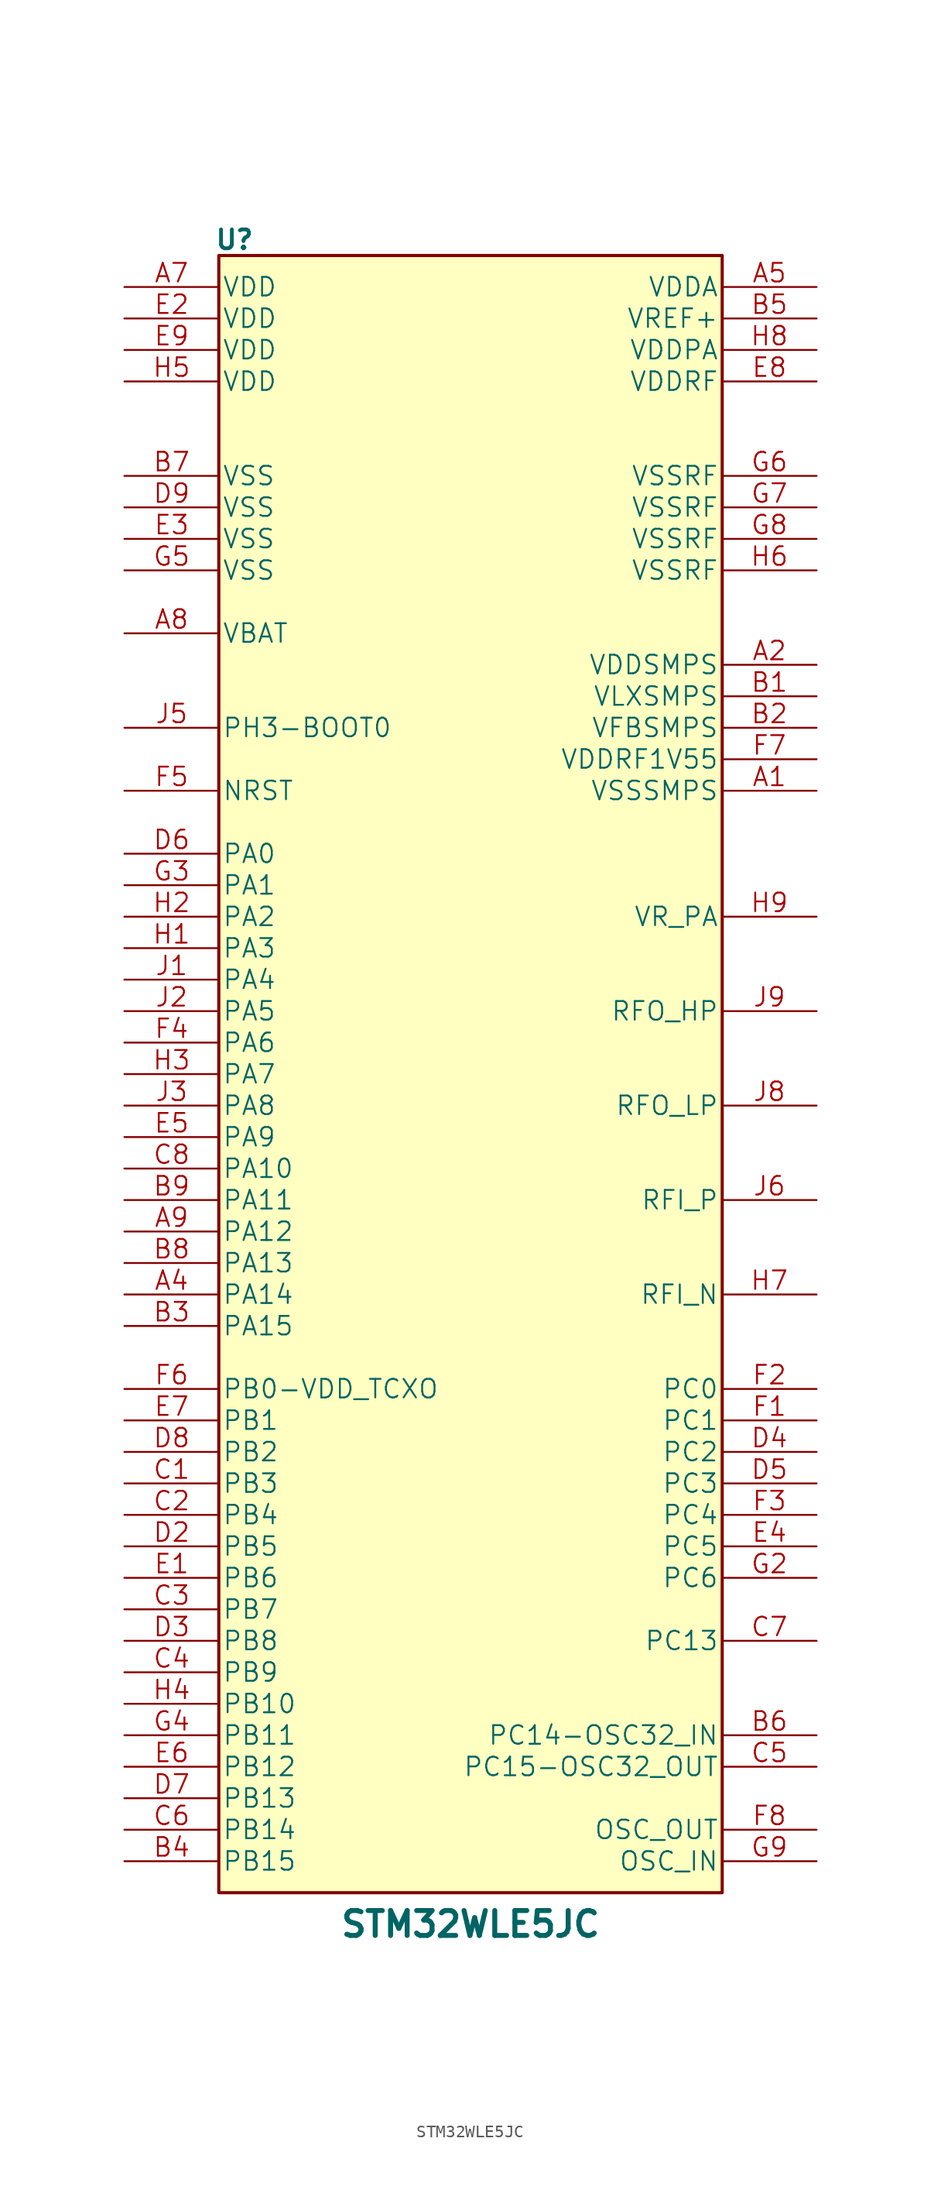
<source format=kicad_sym>
(kicad_symbol_lib
  (version 20211014)
  (generator kicad_symbol_editor)
  (symbol "STM32WLE5JC"
    (pin_names
      (offset 0.254))
    (property "Reference" "U"
      (at 1.27 1.27 0)
      (effects (font (size 1.524 1.524) bold)))
    (property "Value" "STM32WLE5JC"
      (at 20.32 -134.62 0)
      (effects (font (size 2.007 2.007) bold)))
    (symbol "STM32WLE5JC_1_0"
      (rectangle (start 0 0) (end 40.64 -132.08) (stroke (width 0.254) (type default) (color 0 0 0 0)) (fill (type background)))
      (pin bidirectional line (at -7.62 -83.82 0) (length 7.62) (name "PA14" (effects (font (size 1.499 1.499)))) (number "A4" (effects (font (size 1.499 1.499)))))
      (pin bidirectional line (at -7.62 -78.74 0) (length 7.62) (name "PA12" (effects (font (size 1.499 1.499)))) (number "A9" (effects (font (size 1.499 1.499)))))
      (pin bidirectional line (at -7.62 -86.36 0) (length 7.62) (name "PA15" (effects (font (size 1.499 1.499)))) (number "B3" (effects (font (size 1.499 1.499)))))
      (pin bidirectional line (at -7.62 -129.54 0) (length 7.62) (name "PB15" (effects (font (size 1.499 1.499)))) (number "B4" (effects (font (size 1.499 1.499)))))
      (pin bidirectional line (at 48.26 -119.38 180) (length 7.62) (name "PC14-OSC32_IN" (effects (font (size 1.499 1.499)))) (number "B6" (effects (font (size 1.499 1.499)))))
      (pin bidirectional line (at -7.62 -81.28 0) (length 7.62) (name "PA13" (effects (font (size 1.499 1.499)))) (number "B8" (effects (font (size 1.499 1.499)))))
      (pin bidirectional line (at -7.62 -76.2 0) (length 7.62) (name "PA11" (effects (font (size 1.499 1.499)))) (number "B9" (effects (font (size 1.499 1.499)))))
      (pin bidirectional line (at -7.62 -99.06 0) (length 7.62) (name "PB3" (effects (font (size 1.499 1.499)))) (number "C1" (effects (font (size 1.499 1.499)))))
      (pin bidirectional line (at -7.62 -101.6 0) (length 7.62) (name "PB4" (effects (font (size 1.499 1.499)))) (number "C2" (effects (font (size 1.499 1.499)))))
      (pin bidirectional line (at -7.62 -109.22 0) (length 7.62) (name "PB7" (effects (font (size 1.499 1.499)))) (number "C3" (effects (font (size 1.499 1.499)))))
      (pin bidirectional line (at -7.62 -114.3 0) (length 7.62) (name "PB9" (effects (font (size 1.499 1.499)))) (number "C4" (effects (font (size 1.499 1.499)))))
      (pin bidirectional line (at 48.26 -121.92 180) (length 7.62) (name "PC15-OSC32_OUT" (effects (font (size 1.499 1.499)))) (number "C5" (effects (font (size 1.499 1.499)))))
      (pin bidirectional line (at -7.62 -127 0) (length 7.62) (name "PB14" (effects (font (size 1.499 1.499)))) (number "C6" (effects (font (size 1.499 1.499)))))
      (pin bidirectional line (at 48.26 -111.76 180) (length 7.62) (name "PC13" (effects (font (size 1.499 1.499)))) (number "C7" (effects (font (size 1.499 1.499)))))
      (pin bidirectional line (at -7.62 -73.66 0) (length 7.62) (name "PA10" (effects (font (size 1.499 1.499)))) (number "C8" (effects (font (size 1.499 1.499)))))
      (pin bidirectional line (at -7.62 -104.14 0) (length 7.62) (name "PB5" (effects (font (size 1.499 1.499)))) (number "D2" (effects (font (size 1.499 1.499)))))
      (pin bidirectional line (at -7.62 -111.76 0) (length 7.62) (name "PB8" (effects (font (size 1.499 1.499)))) (number "D3" (effects (font (size 1.499 1.499)))))
      (pin bidirectional line (at 48.26 -96.52 180) (length 7.62) (name "PC2" (effects (font (size 1.499 1.499)))) (number "D4" (effects (font (size 1.499 1.499)))))
      (pin bidirectional line (at 48.26 -99.06 180) (length 7.62) (name "PC3" (effects (font (size 1.499 1.499)))) (number "D5" (effects (font (size 1.499 1.499)))))
      (pin bidirectional line (at -7.62 -48.26 0) (length 7.62) (name "PA0" (effects (font (size 1.499 1.499)))) (number "D6" (effects (font (size 1.499 1.499)))))
      (pin bidirectional line (at -7.62 -124.46 0) (length 7.62) (name "PB13" (effects (font (size 1.499 1.499)))) (number "D7" (effects (font (size 1.499 1.499)))))
      (pin bidirectional line (at -7.62 -96.52 0) (length 7.62) (name "PB2" (effects (font (size 1.499 1.499)))) (number "D8" (effects (font (size 1.499 1.499)))))
      (pin bidirectional line (at -7.62 -106.68 0) (length 7.62) (name "PB6" (effects (font (size 1.499 1.499)))) (number "E1" (effects (font (size 1.499 1.499)))))
      (pin bidirectional line (at 48.26 -104.14 180) (length 7.62) (name "PC5" (effects (font (size 1.499 1.499)))) (number "E4" (effects (font (size 1.499 1.499)))))
      (pin bidirectional line (at -7.62 -71.12 0) (length 7.62) (name "PA9" (effects (font (size 1.499 1.499)))) (number "E5" (effects (font (size 1.499 1.499)))))
      (pin bidirectional line (at -7.62 -121.92 0) (length 7.62) (name "PB12" (effects (font (size 1.499 1.499)))) (number "E6" (effects (font (size 1.499 1.499)))))
      (pin bidirectional line (at -7.62 -93.98 0) (length 7.62) (name "PB1" (effects (font (size 1.499 1.499)))) (number "E7" (effects (font (size 1.499 1.499)))))
      (pin bidirectional line (at 48.26 -93.98 180) (length 7.62) (name "PC1" (effects (font (size 1.499 1.499)))) (number "F1" (effects (font (size 1.499 1.499)))))
      (pin bidirectional line (at 48.26 -91.44 180) (length 7.62) (name "PC0" (effects (font (size 1.499 1.499)))) (number "F2" (effects (font (size 1.499 1.499)))))
      (pin bidirectional line (at 48.26 -101.6 180) (length 7.62) (name "PC4" (effects (font (size 1.499 1.499)))) (number "F3" (effects (font (size 1.499 1.499)))))
      (pin bidirectional line (at -7.62 -63.5 0) (length 7.62) (name "PA6" (effects (font (size 1.499 1.499)))) (number "F4" (effects (font (size 1.499 1.499)))))
      (pin bidirectional line (at -7.62 -43.18 0) (length 7.62) (name "NRST" (effects (font (size 1.499 1.499)))) (number "F5" (effects (font (size 1.499 1.499)))))
      (pin bidirectional line (at -7.62 -91.44 0) (length 7.62) (name "PB0-VDD_TCXO" (effects (font (size 1.499 1.499)))) (number "F6" (effects (font (size 1.499 1.499)))))
      (pin output line (at 48.26 -127 180) (length 7.62) (name "OSC_OUT" (effects (font (size 1.499 1.499)))) (number "F8" (effects (font (size 1.499 1.499)))))
      (pin bidirectional line (at 48.26 -106.68 180) (length 7.62) (name "PC6" (effects (font (size 1.499 1.499)))) (number "G2" (effects (font (size 1.499 1.499)))))
      (pin bidirectional line (at -7.62 -50.8 0) (length 7.62) (name "PA1" (effects (font (size 1.499 1.499)))) (number "G3" (effects (font (size 1.499 1.499)))))
      (pin bidirectional line (at -7.62 -119.38 0) (length 7.62) (name "PB11" (effects (font (size 1.499 1.499)))) (number "G4" (effects (font (size 1.499 1.499)))))
      (pin input line (at 48.26 -129.54 180) (length 7.62) (name "OSC_IN" (effects (font (size 1.499 1.499)))) (number "G9" (effects (font (size 1.499 1.499)))))
      (pin bidirectional line (at -7.62 -55.88 0) (length 7.62) (name "PA3" (effects (font (size 1.499 1.499)))) (number "H1" (effects (font (size 1.499 1.499)))))
      (pin bidirectional line (at -7.62 -53.34 0) (length 7.62) (name "PA2" (effects (font (size 1.499 1.499)))) (number "H2" (effects (font (size 1.499 1.499)))))
      (pin bidirectional line (at -7.62 -66.04 0) (length 7.62) (name "PA7" (effects (font (size 1.499 1.499)))) (number "H3" (effects (font (size 1.499 1.499)))))
      (pin bidirectional line (at -7.62 -116.84 0) (length 7.62) (name "PB10" (effects (font (size 1.499 1.499)))) (number "H4" (effects (font (size 1.499 1.499)))))
      (pin input line (at 48.26 -83.82 180) (length 7.62) (name "RFI_N" (effects (font (size 1.499 1.499)))) (number "H7" (effects (font (size 1.499 1.499)))))
      (pin bidirectional line (at -7.62 -58.42 0) (length 7.62) (name "PA4" (effects (font (size 1.499 1.499)))) (number "J1" (effects (font (size 1.499 1.499)))))
      (pin bidirectional line (at -7.62 -60.96 0) (length 7.62) (name "PA5" (effects (font (size 1.499 1.499)))) (number "J2" (effects (font (size 1.499 1.499)))))
      (pin bidirectional line (at -7.62 -68.58 0) (length 7.62) (name "PA8" (effects (font (size 1.499 1.499)))) (number "J3" (effects (font (size 1.499 1.499)))))
      (pin bidirectional line (at -7.62 -38.1 0) (length 7.62) (name "PH3-BOOT0" (effects (font (size 1.499 1.499)))) (number "J5" (effects (font (size 1.499 1.499)))))
      (pin input line (at 48.26 -76.2 180) (length 7.62) (name "RFI_P" (effects (font (size 1.499 1.499)))) (number "J6" (effects (font (size 1.499 1.499)))))
      (pin output line (at 48.26 -68.58 180) (length 7.62) (name "RFO_LP" (effects (font (size 1.499 1.499)))) (number "J8" (effects (font (size 1.499 1.499)))))
      (pin output line (at 48.26 -60.96 180) (length 7.62) (name "RFO_HP" (effects (font (size 1.499 1.499)))) (number "J9" (effects (font (size 1.499 1.499))))))
    (symbol "STM32WLE5JC_1_1"
      (pin power_in line (at 48.26 -43.18 180) (length 7.62) (name "VSSSMPS" (effects (font (size 1.499 1.499)))) (number "A1" (effects (font (size 1.499 1.499)))))
      (pin bidirectional line (at 48.26 -33.02 180) (length 7.62) (name "VDDSMPS" (effects (font (size 1.499 1.499)))) (number "A2" (effects (font (size 1.499 1.499)))))
      (pin power_in line (at 48.26 -2.54 180) (length 7.62) (name "VDDA" (effects (font (size 1.499 1.499)))) (number "A5" (effects (font (size 1.499 1.499)))))
      (pin power_in line (at -7.62 -2.54 0) (length 7.62) (name "VDD" (effects (font (size 1.499 1.499)))) (number "A7" (effects (font (size 1.499 1.499)))))
      (pin power_in line (at -7.62 -30.48 0) (length 7.62) (name "VBAT" (effects (font (size 1.499 1.499)))) (number "A8" (effects (font (size 1.499 1.499)))))
      (pin power_in line (at 48.26 -35.56 180) (length 7.62) (name "VLXSMPS" (effects (font (size 1.499 1.499)))) (number "B1" (effects (font (size 1.499 1.499)))))
      (pin power_in line (at 48.26 -38.1 180) (length 7.62) (name "VFBSMPS" (effects (font (size 1.499 1.499)))) (number "B2" (effects (font (size 1.499 1.499)))))
      (pin power_in line (at 48.26 -5.08 180) (length 7.62) (name "VREF+" (effects (font (size 1.499 1.499)))) (number "B5" (effects (font (size 1.499 1.499)))))
      (pin power_in line (at -7.62 -17.78 0) (length 7.62) (name "VSS" (effects (font (size 1.499 1.499)))) (number "B7" (effects (font (size 1.499 1.499)))))
      (pin power_in line (at -7.62 -20.32 0) (length 7.62) (name "VSS" (effects (font (size 1.499 1.499)))) (number "D9" (effects (font (size 1.499 1.499)))))
      (pin power_in line (at -7.62 -5.08 0) (length 7.62) (name "VDD" (effects (font (size 1.499 1.499)))) (number "E2" (effects (font (size 1.499 1.499)))))
      (pin power_in line (at -7.62 -22.86 0) (length 7.62) (name "VSS" (effects (font (size 1.499 1.499)))) (number "E3" (effects (font (size 1.499 1.499)))))
      (pin power_in line (at 48.26 -10.16 180) (length 7.62) (name "VDDRF" (effects (font (size 1.499 1.499)))) (number "E8" (effects (font (size 1.499 1.499)))))
      (pin power_in line (at -7.62 -7.62 0) (length 7.62) (name "VDD" (effects (font (size 1.499 1.499)))) (number "E9" (effects (font (size 1.499 1.499)))))
      (pin power_in line (at 48.26 -40.64 180) (length 7.62) (name "VDDRF1V55" (effects (font (size 1.499 1.499)))) (number "F7" (effects (font (size 1.499 1.499)))))
      (pin power_in line (at -7.62 -25.4 0) (length 7.62) (name "VSS" (effects (font (size 1.499 1.499)))) (number "G5" (effects (font (size 1.499 1.499)))))
      (pin power_in line (at 48.26 -17.78 180) (length 7.62) (name "VSSRF" (effects (font (size 1.499 1.499)))) (number "G6" (effects (font (size 1.499 1.499)))))
      (pin power_in line (at 48.26 -20.32 180) (length 7.62) (name "VSSRF" (effects (font (size 1.499 1.499)))) (number "G7" (effects (font (size 1.499 1.499)))))
      (pin power_in line (at 48.26 -22.86 180) (length 7.62) (name "VSSRF" (effects (font (size 1.499 1.499)))) (number "G8" (effects (font (size 1.499 1.499)))))
      (pin power_in line (at -7.62 -10.16 0) (length 7.62) (name "VDD" (effects (font (size 1.499 1.499)))) (number "H5" (effects (font (size 1.499 1.499)))))
      (pin power_in line (at 48.26 -25.4 180) (length 7.62) (name "VSSRF" (effects (font (size 1.499 1.499)))) (number "H6" (effects (font (size 1.499 1.499)))))
      (pin power_in line (at 48.26 -7.62 180) (length 7.62) (name "VDDPA" (effects (font (size 1.499 1.499)))) (number "H8" (effects (font (size 1.499 1.499)))))
      (pin power_in line (at 48.26 -53.34 180) (length 7.62) (name "VR_PA" (effects (font (size 1.499 1.499)))) (number "H9" (effects (font (size 1.499 1.499))))))))
</source>
